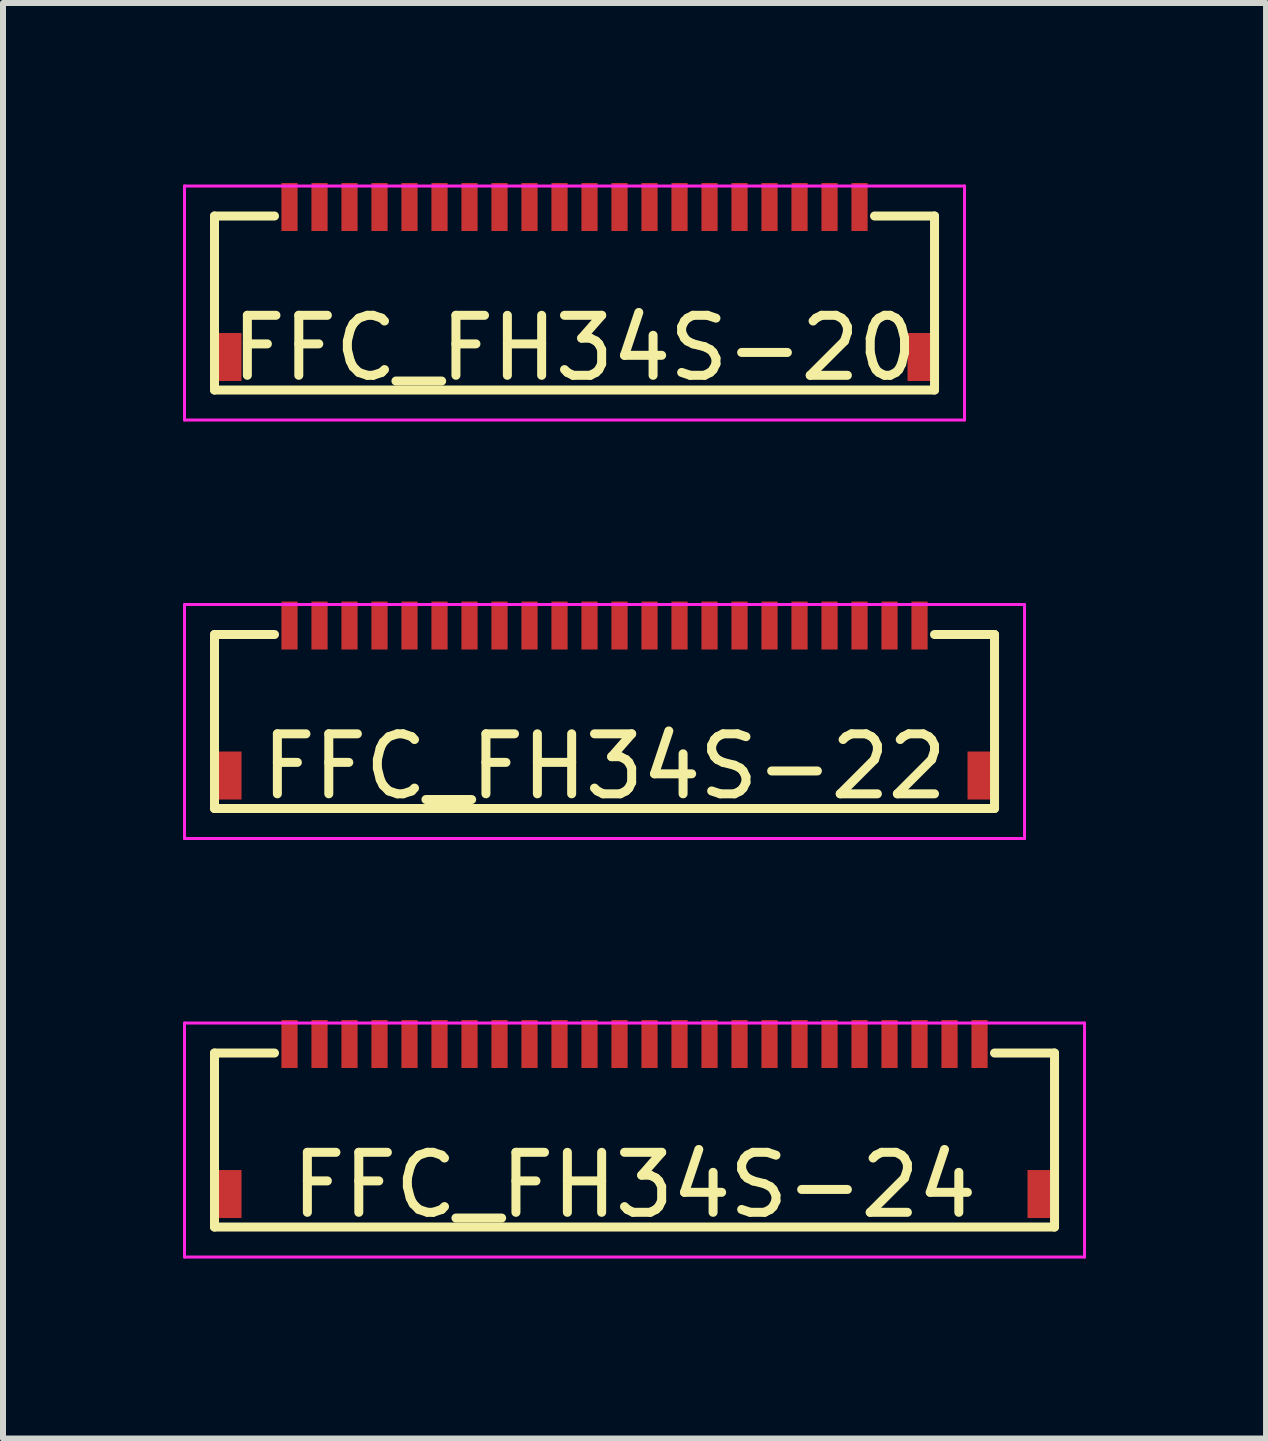
<source format=kicad_pcb>
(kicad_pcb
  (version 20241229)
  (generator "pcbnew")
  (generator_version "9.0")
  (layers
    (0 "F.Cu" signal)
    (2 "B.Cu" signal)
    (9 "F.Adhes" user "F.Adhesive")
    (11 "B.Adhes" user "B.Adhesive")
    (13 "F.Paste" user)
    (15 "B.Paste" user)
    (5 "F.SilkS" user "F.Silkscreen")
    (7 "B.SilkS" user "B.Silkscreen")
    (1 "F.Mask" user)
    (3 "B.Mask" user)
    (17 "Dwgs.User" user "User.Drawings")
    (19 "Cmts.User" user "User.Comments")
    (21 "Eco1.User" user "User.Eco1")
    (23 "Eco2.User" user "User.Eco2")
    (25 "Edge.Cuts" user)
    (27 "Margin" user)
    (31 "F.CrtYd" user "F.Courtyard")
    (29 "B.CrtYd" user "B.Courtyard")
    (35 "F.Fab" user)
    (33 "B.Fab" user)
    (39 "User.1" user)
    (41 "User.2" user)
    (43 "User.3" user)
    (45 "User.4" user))
  (footprint "FFC_FH34S-20"
    (layer "F.Cu")
    (at 6.525 0.55)
    (property "Reference" "FFC_FH34S-20" (at 0 2.2 0) (layer "F.SilkS") (effects (font (size 1 1) (thickness 0.15))))
    (attr through_hole)
    (fp_line (start -6 0) (end -6 2.9) (stroke (width 0.15) (type solid)) (layer "F.SilkS"))
    (fp_line (start -6 2.9) (end 6 2.9) (stroke (width 0.15) (type solid)) (layer "F.SilkS"))
    (fp_line (start -5 0) (end -6 0) (stroke (width 0.15) (type solid)) (layer "F.SilkS"))
    (fp_line (start 6 0) (end 5 0) (stroke (width 0.15) (type solid)) (layer "F.SilkS"))
    (fp_line (start 6 2.9) (end 6 0) (stroke (width 0.15) (type solid)) (layer "F.SilkS"))
    (fp_line (start -6.5 -0.5) (end 6.5 -0.5) (stroke (width 0.05) (type solid)) (layer "F.CrtYd"))
    (fp_line (start -6.5 3.4) (end -6.5 -0.5) (stroke (width 0.05) (type solid)) (layer "F.CrtYd"))
    (fp_line (start 6.5 -0.5) (end 6.5 3.4) (stroke (width 0.05) (type solid)) (layer "F.CrtYd"))
    (fp_line (start 6.5 3.4) (end -6.5 3.4) (stroke (width 0.05) (type solid)) (layer "F.CrtYd"))
    (pad "0" smd rect (at -5.75 2.35) (size 0.4 0.8) (layers "F.Cu" "F.Mask" "F.Paste"))
    (pad "0" smd rect (at 5.75 2.35) (size 0.4 0.8) (layers "F.Cu" "F.Mask" "F.Paste"))
    (pad "1" smd rect (at -4.75 -0.15) (size 0.27 0.8) (layers "F.Cu" "F.Mask" "F.Paste"))
    (pad "2" smd rect (at -4.25 -0.15) (size 0.27 0.8) (layers "F.Cu" "F.Mask" "F.Paste"))
    (pad "3" smd rect (at -3.75 -0.15) (size 0.27 0.8) (layers "F.Cu" "F.Mask" "F.Paste"))
    (pad "4" smd rect (at -3.25 -0.15) (size 0.27 0.8) (layers "F.Cu" "F.Mask" "F.Paste"))
    (pad "5" smd rect (at -2.75 -0.15) (size 0.27 0.8) (layers "F.Cu" "F.Mask" "F.Paste"))
    (pad "6" smd rect (at -2.25 -0.15) (size 0.27 0.8) (layers "F.Cu" "F.Mask" "F.Paste"))
    (pad "7" smd rect (at -1.75 -0.15) (size 0.27 0.8) (layers "F.Cu" "F.Mask" "F.Paste"))
    (pad "8" smd rect (at -1.25 -0.15) (size 0.27 0.8) (layers "F.Cu" "F.Mask" "F.Paste"))
    (pad "9" smd rect (at -0.75 -0.15) (size 0.27 0.8) (layers "F.Cu" "F.Mask" "F.Paste"))
    (pad "10" smd rect (at -0.25 -0.15) (size 0.27 0.8) (layers "F.Cu" "F.Mask" "F.Paste"))
    (pad "11" smd rect (at 0.25 -0.15) (size 0.27 0.8) (layers "F.Cu" "F.Mask" "F.Paste"))
    (pad "12" smd rect (at 0.75 -0.15) (size 0.27 0.8) (layers "F.Cu" "F.Mask" "F.Paste"))
    (pad "13" smd rect (at 1.25 -0.15) (size 0.27 0.8) (layers "F.Cu" "F.Mask" "F.Paste"))
    (pad "14" smd rect (at 1.75 -0.15) (size 0.27 0.8) (layers "F.Cu" "F.Mask" "F.Paste"))
    (pad "15" smd rect (at 2.25 -0.15) (size 0.27 0.8) (layers "F.Cu" "F.Mask" "F.Paste"))
    (pad "16" smd rect (at 2.75 -0.15) (size 0.27 0.8) (layers "F.Cu" "F.Mask" "F.Paste"))
    (pad "17" smd rect (at 3.25 -0.15) (size 0.27 0.8) (layers "F.Cu" "F.Mask" "F.Paste"))
    (pad "18" smd rect (at 3.75 -0.15) (size 0.27 0.8) (layers "F.Cu" "F.Mask" "F.Paste"))
    (pad "19" smd rect (at 4.25 -0.15) (size 0.27 0.8) (layers "F.Cu" "F.Mask" "F.Paste"))
    (pad "20" smd rect (at 4.75 -0.15) (size 0.27 0.8) (layers "F.Cu" "F.Mask" "F.Paste")))
  (footprint "FFC_FH34S-24"
    (layer "F.Cu")
    (at 7.525 14.5)
    (property "Reference" "FFC_FH34S-24" (at 0 2.2 0) (layer "F.SilkS") (effects (font (size 1 1) (thickness 0.15))))
    (attr through_hole)
    (fp_line (start -7 0) (end -7 2.9) (stroke (width 0.15) (type solid)) (layer "F.SilkS"))
    (fp_line (start -7 2.9) (end 7 2.9) (stroke (width 0.15) (type solid)) (layer "F.SilkS"))
    (fp_line (start -6 0) (end -7 0) (stroke (width 0.15) (type solid)) (layer "F.SilkS"))
    (fp_line (start 7 0) (end 6 0) (stroke (width 0.15) (type solid)) (layer "F.SilkS"))
    (fp_line (start 7 2.9) (end 7 0) (stroke (width 0.15) (type solid)) (layer "F.SilkS"))
    (fp_line (start -7.5 -0.5) (end 7.5 -0.5) (stroke (width 0.05) (type solid)) (layer "F.CrtYd"))
    (fp_line (start -7.5 3.4) (end -7.5 -0.5) (stroke (width 0.05) (type solid)) (layer "F.CrtYd"))
    (fp_line (start 7.5 -0.5) (end 7.5 3.4) (stroke (width 0.05) (type solid)) (layer "F.CrtYd"))
    (fp_line (start 7.5 3.4) (end -7.5 3.4) (stroke (width 0.05) (type solid)) (layer "F.CrtYd"))
    (pad "0" smd rect (at -6.75 2.35) (size 0.4 0.8) (layers "F.Cu" "F.Mask" "F.Paste"))
    (pad "0" smd rect (at 6.75 2.35) (size 0.4 0.8) (layers "F.Cu" "F.Mask" "F.Paste"))
    (pad "1" smd rect (at -5.75 -0.15) (size 0.27 0.8) (layers "F.Cu" "F.Mask" "F.Paste"))
    (pad "2" smd rect (at -5.25 -0.15) (size 0.27 0.8) (layers "F.Cu" "F.Mask" "F.Paste"))
    (pad "3" smd rect (at -4.75 -0.15) (size 0.27 0.8) (layers "F.Cu" "F.Mask" "F.Paste"))
    (pad "4" smd rect (at -4.25 -0.15) (size 0.27 0.8) (layers "F.Cu" "F.Mask" "F.Paste"))
    (pad "5" smd rect (at -3.75 -0.15) (size 0.27 0.8) (layers "F.Cu" "F.Mask" "F.Paste"))
    (pad "6" smd rect (at -3.25 -0.15) (size 0.27 0.8) (layers "F.Cu" "F.Mask" "F.Paste"))
    (pad "7" smd rect (at -2.75 -0.15) (size 0.27 0.8) (layers "F.Cu" "F.Mask" "F.Paste"))
    (pad "8" smd rect (at -2.25 -0.15) (size 0.27 0.8) (layers "F.Cu" "F.Mask" "F.Paste"))
    (pad "9" smd rect (at -1.75 -0.15) (size 0.27 0.8) (layers "F.Cu" "F.Mask" "F.Paste"))
    (pad "10" smd rect (at -1.25 -0.15) (size 0.27 0.8) (layers "F.Cu" "F.Mask" "F.Paste"))
    (pad "11" smd rect (at -0.75 -0.15) (size 0.27 0.8) (layers "F.Cu" "F.Mask" "F.Paste"))
    (pad "12" smd rect (at -0.25 -0.15) (size 0.27 0.8) (layers "F.Cu" "F.Mask" "F.Paste"))
    (pad "13" smd rect (at 0.25 -0.15) (size 0.27 0.8) (layers "F.Cu" "F.Mask" "F.Paste"))
    (pad "14" smd rect (at 0.75 -0.15) (size 0.27 0.8) (layers "F.Cu" "F.Mask" "F.Paste"))
    (pad "15" smd rect (at 1.25 -0.15) (size 0.27 0.8) (layers "F.Cu" "F.Mask" "F.Paste"))
    (pad "16" smd rect (at 1.75 -0.15) (size 0.27 0.8) (layers "F.Cu" "F.Mask" "F.Paste"))
    (pad "17" smd rect (at 2.25 -0.15) (size 0.27 0.8) (layers "F.Cu" "F.Mask" "F.Paste"))
    (pad "18" smd rect (at 2.75 -0.15) (size 0.27 0.8) (layers "F.Cu" "F.Mask" "F.Paste"))
    (pad "19" smd rect (at 3.25 -0.15) (size 0.27 0.8) (layers "F.Cu" "F.Mask" "F.Paste"))
    (pad "20" smd rect (at 3.75 -0.15) (size 0.27 0.8) (layers "F.Cu" "F.Mask" "F.Paste"))
    (pad "21" smd rect (at 4.25 -0.15) (size 0.27 0.8) (layers "F.Cu" "F.Mask" "F.Paste"))
    (pad "22" smd rect (at 4.75 -0.15) (size 0.27 0.8) (layers "F.Cu" "F.Mask" "F.Paste"))
    (pad "23" smd rect (at 5.25 -0.15) (size 0.27 0.8) (layers "F.Cu" "F.Mask" "F.Paste"))
    (pad "24" smd rect (at 5.75 -0.15) (size 0.27 0.8) (layers "F.Cu" "F.Mask" "F.Paste")))
  (footprint "FFC_FH34S-22"
    (layer "F.Cu")
    (at 7.025 7.525)
    (property "Reference" "FFC_FH34S-22" (at 0 2.2 0) (layer "F.SilkS") (effects (font (size 1 1) (thickness 0.15))))
    (attr through_hole)
    (fp_line (start -6.5 0) (end -6.5 2.9) (stroke (width 0.15) (type solid)) (layer "F.SilkS"))
    (fp_line (start -6.5 2.9) (end 6.5 2.9) (stroke (width 0.15) (type solid)) (layer "F.SilkS"))
    (fp_line (start -5.5 0) (end -6.5 0) (stroke (width 0.15) (type solid)) (layer "F.SilkS"))
    (fp_line (start 6.5 0) (end 5.5 0) (stroke (width 0.15) (type solid)) (layer "F.SilkS"))
    (fp_line (start 6.5 2.9) (end 6.5 0) (stroke (width 0.15) (type solid)) (layer "F.SilkS"))
    (fp_line (start -7 -0.5) (end 7 -0.5) (stroke (width 0.05) (type solid)) (layer "F.CrtYd"))
    (fp_line (start -7 3.4) (end -7 -0.5) (stroke (width 0.05) (type solid)) (layer "F.CrtYd"))
    (fp_line (start 7 -0.5) (end 7 3.4) (stroke (width 0.05) (type solid)) (layer "F.CrtYd"))
    (fp_line (start 7 3.4) (end -7 3.4) (stroke (width 0.05) (type solid)) (layer "F.CrtYd"))
    (pad "0" smd rect (at -6.25 2.35) (size 0.4 0.8) (layers "F.Cu" "F.Mask" "F.Paste"))
    (pad "0" smd rect (at 6.25 2.35) (size 0.4 0.8) (layers "F.Cu" "F.Mask" "F.Paste"))
    (pad "1" smd rect (at -5.25 -0.15) (size 0.27 0.8) (layers "F.Cu" "F.Mask" "F.Paste"))
    (pad "2" smd rect (at -4.75 -0.15) (size 0.27 0.8) (layers "F.Cu" "F.Mask" "F.Paste"))
    (pad "3" smd rect (at -4.25 -0.15) (size 0.27 0.8) (layers "F.Cu" "F.Mask" "F.Paste"))
    (pad "4" smd rect (at -3.75 -0.15) (size 0.27 0.8) (layers "F.Cu" "F.Mask" "F.Paste"))
    (pad "5" smd rect (at -3.25 -0.15) (size 0.27 0.8) (layers "F.Cu" "F.Mask" "F.Paste"))
    (pad "6" smd rect (at -2.75 -0.15) (size 0.27 0.8) (layers "F.Cu" "F.Mask" "F.Paste"))
    (pad "7" smd rect (at -2.25 -0.15) (size 0.27 0.8) (layers "F.Cu" "F.Mask" "F.Paste"))
    (pad "8" smd rect (at -1.75 -0.15) (size 0.27 0.8) (layers "F.Cu" "F.Mask" "F.Paste"))
    (pad "9" smd rect (at -1.25 -0.15) (size 0.27 0.8) (layers "F.Cu" "F.Mask" "F.Paste"))
    (pad "10" smd rect (at -0.75 -0.15) (size 0.27 0.8) (layers "F.Cu" "F.Mask" "F.Paste"))
    (pad "11" smd rect (at -0.25 -0.15) (size 0.27 0.8) (layers "F.Cu" "F.Mask" "F.Paste"))
    (pad "12" smd rect (at 0.25 -0.15) (size 0.27 0.8) (layers "F.Cu" "F.Mask" "F.Paste"))
    (pad "13" smd rect (at 0.75 -0.15) (size 0.27 0.8) (layers "F.Cu" "F.Mask" "F.Paste"))
    (pad "14" smd rect (at 1.25 -0.15) (size 0.27 0.8) (layers "F.Cu" "F.Mask" "F.Paste"))
    (pad "15" smd rect (at 1.75 -0.15) (size 0.27 0.8) (layers "F.Cu" "F.Mask" "F.Paste"))
    (pad "16" smd rect (at 2.25 -0.15) (size 0.27 0.8) (layers "F.Cu" "F.Mask" "F.Paste"))
    (pad "17" smd rect (at 2.75 -0.15) (size 0.27 0.8) (layers "F.Cu" "F.Mask" "F.Paste"))
    (pad "18" smd rect (at 3.25 -0.15) (size 0.27 0.8) (layers "F.Cu" "F.Mask" "F.Paste"))
    (pad "19" smd rect (at 3.75 -0.15) (size 0.27 0.8) (layers "F.Cu" "F.Mask" "F.Paste"))
    (pad "20" smd rect (at 4.25 -0.15) (size 0.27 0.8) (layers "F.Cu" "F.Mask" "F.Paste"))
    (pad "21" smd rect (at 4.75 -0.15) (size 0.27 0.8) (layers "F.Cu" "F.Mask" "F.Paste"))
    (pad "22" smd rect (at 5.25 -0.15) (size 0.27 0.8) (layers "F.Cu" "F.Mask" "F.Paste")))
  (gr_rect
    (start -3 -3)
    (end 18.05 20.925)
    (stroke (width 0.1) (type default))
    (fill no)
    (layer "Edge.Cuts")))
</source>
